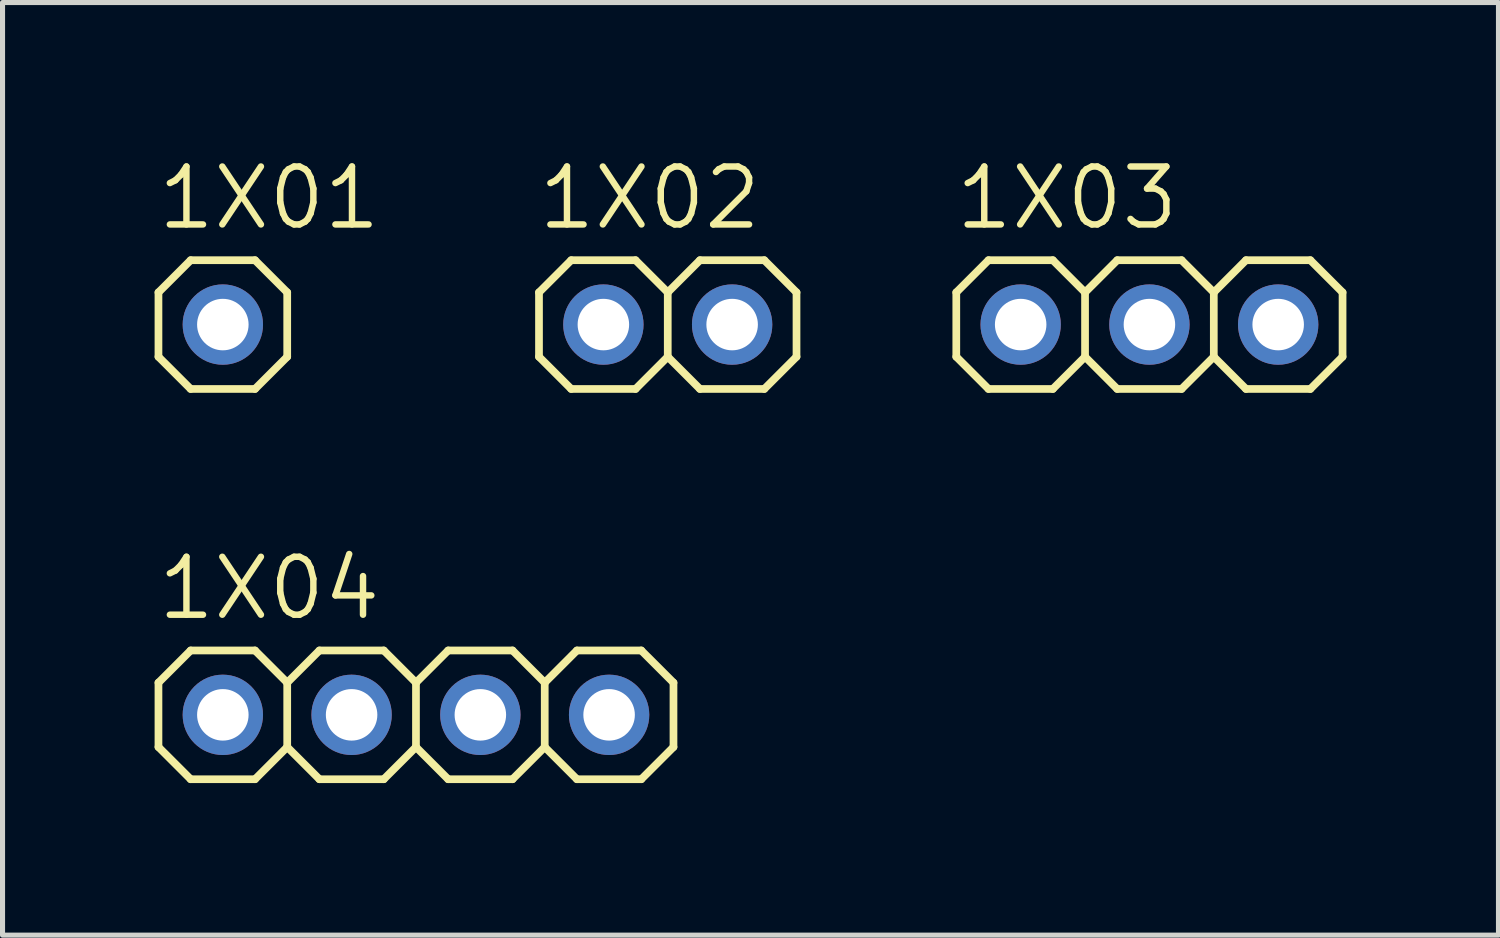
<source format=kicad_pcb>
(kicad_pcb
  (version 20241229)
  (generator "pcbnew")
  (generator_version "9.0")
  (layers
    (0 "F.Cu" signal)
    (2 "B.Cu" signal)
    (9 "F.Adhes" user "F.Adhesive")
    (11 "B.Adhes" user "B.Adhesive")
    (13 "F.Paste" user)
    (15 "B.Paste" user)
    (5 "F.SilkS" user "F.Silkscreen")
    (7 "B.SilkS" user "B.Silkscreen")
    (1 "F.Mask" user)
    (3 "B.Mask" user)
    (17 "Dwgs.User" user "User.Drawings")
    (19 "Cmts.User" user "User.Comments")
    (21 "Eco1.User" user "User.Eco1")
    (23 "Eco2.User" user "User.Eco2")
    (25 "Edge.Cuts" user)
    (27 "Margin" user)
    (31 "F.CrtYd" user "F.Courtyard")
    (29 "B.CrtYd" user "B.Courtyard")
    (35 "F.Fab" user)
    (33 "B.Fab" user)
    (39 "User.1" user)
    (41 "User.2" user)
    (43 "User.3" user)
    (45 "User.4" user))
  (footprint "1X04"
    (layer "F.Cu")
    (at 5.156 11.052)
    (property "Reference" "1X04" (at -5.156 -1.829 0) (layer "F.SilkS") (effects (font (size 1.143 1.143) (thickness 0.127)) (justify left bottom)))
    (fp_line (start -5.08 -0.635) (end -5.08 0.635) (stroke (width 0.152) (type solid)) (layer "F.SilkS"))
    (fp_line (start -5.08 0.635) (end -4.445 1.27) (stroke (width 0.152) (type solid)) (layer "F.SilkS"))
    (fp_line (start -4.445 -1.27) (end -5.08 -0.635) (stroke (width 0.152) (type solid)) (layer "F.SilkS"))
    (fp_line (start -4.445 -1.27) (end -3.175 -1.27) (stroke (width 0.152) (type solid)) (layer "F.SilkS"))
    (fp_line (start -3.175 -1.27) (end -2.54 -0.635) (stroke (width 0.152) (type solid)) (layer "F.SilkS"))
    (fp_line (start -3.175 1.27) (end -4.445 1.27) (stroke (width 0.152) (type solid)) (layer "F.SilkS"))
    (fp_line (start -2.54 -0.635) (end -2.54 0.635) (stroke (width 0.152) (type solid)) (layer "F.SilkS"))
    (fp_line (start -2.54 -0.635) (end -1.905 -1.27) (stroke (width 0.152) (type solid)) (layer "F.SilkS"))
    (fp_line (start -2.54 0.635) (end -3.175 1.27) (stroke (width 0.152) (type solid)) (layer "F.SilkS"))
    (fp_line (start -1.905 -1.27) (end -0.635 -1.27) (stroke (width 0.152) (type solid)) (layer "F.SilkS"))
    (fp_line (start -1.905 1.27) (end -2.54 0.635) (stroke (width 0.152) (type solid)) (layer "F.SilkS"))
    (fp_line (start -0.635 -1.27) (end 0 -0.635) (stroke (width 0.152) (type solid)) (layer "F.SilkS"))
    (fp_line (start -0.635 1.27) (end -1.905 1.27) (stroke (width 0.152) (type solid)) (layer "F.SilkS"))
    (fp_line (start 0 -0.635) (end 0 0.635) (stroke (width 0.152) (type solid)) (layer "F.SilkS"))
    (fp_line (start 0 -0.635) (end 0.635 -1.27) (stroke (width 0.152) (type solid)) (layer "F.SilkS"))
    (fp_line (start 0 0.635) (end -0.635 1.27) (stroke (width 0.152) (type solid)) (layer "F.SilkS"))
    (fp_line (start 0.635 -1.27) (end 1.905 -1.27) (stroke (width 0.152) (type solid)) (layer "F.SilkS"))
    (fp_line (start 0.635 1.27) (end 0 0.635) (stroke (width 0.152) (type solid)) (layer "F.SilkS"))
    (fp_line (start 1.905 -1.27) (end 2.54 -0.635) (stroke (width 0.152) (type solid)) (layer "F.SilkS"))
    (fp_line (start 1.905 1.27) (end 0.635 1.27) (stroke (width 0.152) (type solid)) (layer "F.SilkS"))
    (fp_line (start 2.54 -0.635) (end 2.54 0.635) (stroke (width 0.152) (type solid)) (layer "F.SilkS"))
    (fp_line (start 2.54 0.635) (end 1.905 1.27) (stroke (width 0.152) (type solid)) (layer "F.SilkS"))
    (fp_line (start 2.54 0.635) (end 3.175 1.27) (stroke (width 0.152) (type solid)) (layer "F.SilkS"))
    (fp_line (start 3.175 -1.27) (end 2.54 -0.635) (stroke (width 0.152) (type solid)) (layer "F.SilkS"))
    (fp_line (start 3.175 -1.27) (end 4.445 -1.27) (stroke (width 0.152) (type solid)) (layer "F.SilkS"))
    (fp_line (start 4.445 -1.27) (end 5.08 -0.635) (stroke (width 0.152) (type solid)) (layer "F.SilkS"))
    (fp_line (start 4.445 1.27) (end 3.175 1.27) (stroke (width 0.152) (type solid)) (layer "F.SilkS"))
    (fp_line (start 5.08 -0.635) (end 5.08 0.635) (stroke (width 0.152) (type solid)) (layer "F.SilkS"))
    (fp_line (start 5.08 0.635) (end 4.445 1.27) (stroke (width 0.152) (type solid)) (layer "F.SilkS"))
    (fp_poly (pts (xy -4.064 0.254) (xy -3.556 0.254) (xy -3.556 -0.254) (xy -4.064 -0.254)) (stroke (width 0.1) (type solid)) (fill no) (layer "F.Fab"))
    (fp_poly (pts (xy -1.524 0.254) (xy -1.016 0.254) (xy -1.016 -0.254) (xy -1.524 -0.254)) (stroke (width 0.1) (type solid)) (fill no) (layer "F.Fab"))
    (fp_poly (pts (xy 1.016 0.254) (xy 1.524 0.254) (xy 1.524 -0.254) (xy 1.016 -0.254)) (stroke (width 0.1) (type solid)) (fill no) (layer "F.Fab"))
    (fp_poly (pts (xy 3.556 0.254) (xy 4.064 0.254) (xy 4.064 -0.254) (xy 3.556 -0.254)) (stroke (width 0.1) (type solid)) (fill no) (layer "F.Fab"))
    (pad "1" thru_hole circle (at -3.81 0 90) (size 1.585 1.585) (drill 1.016) (layers "*.Cu" "*.Mask"))
    (pad "2" thru_hole circle (at -1.27 0 90) (size 1.585 1.585) (drill 1.016) (layers "*.Cu" "*.Mask"))
    (pad "3" thru_hole circle (at 1.27 0 90) (size 1.585 1.585) (drill 1.016) (layers "*.Cu" "*.Mask"))
    (pad "4" thru_hole circle (at 3.81 0 90) (size 1.585 1.585) (drill 1.016) (layers "*.Cu" "*.Mask")))
  (footprint "1X02"
    (layer "F.Cu")
    (at 10.123 3.353)
    (property "Reference" "1X02" (at -2.616 -1.829 0) (layer "F.SilkS") (effects (font (size 1.143 1.143) (thickness 0.127)) (justify left bottom)))
    (fp_line (start -2.54 -0.635) (end -2.54 0.635) (stroke (width 0.152) (type solid)) (layer "F.SilkS"))
    (fp_line (start -2.54 0.635) (end -1.905 1.27) (stroke (width 0.152) (type solid)) (layer "F.SilkS"))
    (fp_line (start -1.905 -1.27) (end -2.54 -0.635) (stroke (width 0.152) (type solid)) (layer "F.SilkS"))
    (fp_line (start -1.905 -1.27) (end -0.635 -1.27) (stroke (width 0.152) (type solid)) (layer "F.SilkS"))
    (fp_line (start -0.635 -1.27) (end 0 -0.635) (stroke (width 0.152) (type solid)) (layer "F.SilkS"))
    (fp_line (start -0.635 1.27) (end -1.905 1.27) (stroke (width 0.152) (type solid)) (layer "F.SilkS"))
    (fp_line (start 0 -0.635) (end 0 0.635) (stroke (width 0.152) (type solid)) (layer "F.SilkS"))
    (fp_line (start 0 -0.635) (end 0.635 -1.27) (stroke (width 0.152) (type solid)) (layer "F.SilkS"))
    (fp_line (start 0 0.635) (end -0.635 1.27) (stroke (width 0.152) (type solid)) (layer "F.SilkS"))
    (fp_line (start 0.635 -1.27) (end 1.905 -1.27) (stroke (width 0.152) (type solid)) (layer "F.SilkS"))
    (fp_line (start 0.635 1.27) (end 0 0.635) (stroke (width 0.152) (type solid)) (layer "F.SilkS"))
    (fp_line (start 1.905 -1.27) (end 2.54 -0.635) (stroke (width 0.152) (type solid)) (layer "F.SilkS"))
    (fp_line (start 1.905 1.27) (end 0.635 1.27) (stroke (width 0.152) (type solid)) (layer "F.SilkS"))
    (fp_line (start 2.54 -0.635) (end 2.54 0.635) (stroke (width 0.152) (type solid)) (layer "F.SilkS"))
    (fp_line (start 2.54 0.635) (end 1.905 1.27) (stroke (width 0.152) (type solid)) (layer "F.SilkS"))
    (fp_poly (pts (xy -1.524 0.254) (xy -1.016 0.254) (xy -1.016 -0.254) (xy -1.524 -0.254)) (stroke (width 0.1) (type solid)) (fill no) (layer "F.Fab"))
    (fp_poly (pts (xy 1.016 0.254) (xy 1.524 0.254) (xy 1.524 -0.254) (xy 1.016 -0.254)) (stroke (width 0.1) (type solid)) (fill no) (layer "F.Fab"))
    (pad "1" thru_hole circle (at -1.27 0 90) (size 1.585 1.585) (drill 1.016) (layers "*.Cu" "*.Mask"))
    (pad "2" thru_hole circle (at 1.27 0 90) (size 1.585 1.585) (drill 1.016) (layers "*.Cu" "*.Mask")))
  (footprint "1X01"
    (layer "F.Cu")
    (at 1.346 3.353)
    (property "Reference" "1X01" (at -1.346 -1.829 0) (layer "F.SilkS") (effects (font (size 1.143 1.143) (thickness 0.127)) (justify left bottom)))
    (fp_line (start -1.27 -0.635) (end -1.27 0.635) (stroke (width 0.152) (type solid)) (layer "F.SilkS"))
    (fp_line (start -1.27 0.635) (end -0.635 1.27) (stroke (width 0.152) (type solid)) (layer "F.SilkS"))
    (fp_line (start -0.635 -1.27) (end -1.27 -0.635) (stroke (width 0.152) (type solid)) (layer "F.SilkS"))
    (fp_line (start -0.635 -1.27) (end 0.635 -1.27) (stroke (width 0.152) (type solid)) (layer "F.SilkS"))
    (fp_line (start 0.635 -1.27) (end 1.27 -0.635) (stroke (width 0.152) (type solid)) (layer "F.SilkS"))
    (fp_line (start 0.635 1.27) (end -0.635 1.27) (stroke (width 0.152) (type solid)) (layer "F.SilkS"))
    (fp_line (start 1.27 -0.635) (end 1.27 0.635) (stroke (width 0.152) (type solid)) (layer "F.SilkS"))
    (fp_line (start 1.27 0.635) (end 0.635 1.27) (stroke (width 0.152) (type solid)) (layer "F.SilkS"))
    (fp_poly (pts (xy -0.254 0.254) (xy 0.254 0.254) (xy 0.254 -0.254) (xy -0.254 -0.254)) (stroke (width 0.1) (type solid)) (fill no) (layer "F.Fab"))
    (pad "1" thru_hole circle (at 0 0) (size 1.585 1.585) (drill 1.016) (layers "*.Cu" "*.Mask")))
  (footprint "1X03"
    (layer "F.Cu")
    (at 19.625 3.353)
    (property "Reference" "1X03" (at -3.886 -1.829 0) (layer "F.SilkS") (effects (font (size 1.143 1.143) (thickness 0.127)) (justify left bottom)))
    (fp_line (start -3.81 -0.635) (end -3.81 0.635) (stroke (width 0.152) (type solid)) (layer "F.SilkS"))
    (fp_line (start -3.81 0.635) (end -3.175 1.27) (stroke (width 0.152) (type solid)) (layer "F.SilkS"))
    (fp_line (start -3.175 -1.27) (end -3.81 -0.635) (stroke (width 0.152) (type solid)) (layer "F.SilkS"))
    (fp_line (start -3.175 -1.27) (end -1.905 -1.27) (stroke (width 0.152) (type solid)) (layer "F.SilkS"))
    (fp_line (start -1.905 -1.27) (end -1.27 -0.635) (stroke (width 0.152) (type solid)) (layer "F.SilkS"))
    (fp_line (start -1.905 1.27) (end -3.175 1.27) (stroke (width 0.152) (type solid)) (layer "F.SilkS"))
    (fp_line (start -1.27 -0.635) (end -1.27 0.635) (stroke (width 0.152) (type solid)) (layer "F.SilkS"))
    (fp_line (start -1.27 -0.635) (end -0.635 -1.27) (stroke (width 0.152) (type solid)) (layer "F.SilkS"))
    (fp_line (start -1.27 0.635) (end -1.905 1.27) (stroke (width 0.152) (type solid)) (layer "F.SilkS"))
    (fp_line (start -0.635 -1.27) (end 0.635 -1.27) (stroke (width 0.152) (type solid)) (layer "F.SilkS"))
    (fp_line (start -0.635 1.27) (end -1.27 0.635) (stroke (width 0.152) (type solid)) (layer "F.SilkS"))
    (fp_line (start 0.635 -1.27) (end 1.27 -0.635) (stroke (width 0.152) (type solid)) (layer "F.SilkS"))
    (fp_line (start 0.635 1.27) (end -0.635 1.27) (stroke (width 0.152) (type solid)) (layer "F.SilkS"))
    (fp_line (start 1.27 -0.635) (end 1.27 0.635) (stroke (width 0.152) (type solid)) (layer "F.SilkS"))
    (fp_line (start 1.27 -0.635) (end 1.905 -1.27) (stroke (width 0.152) (type solid)) (layer "F.SilkS"))
    (fp_line (start 1.27 0.635) (end 0.635 1.27) (stroke (width 0.152) (type solid)) (layer "F.SilkS"))
    (fp_line (start 1.905 -1.27) (end 3.175 -1.27) (stroke (width 0.152) (type solid)) (layer "F.SilkS"))
    (fp_line (start 1.905 1.27) (end 1.27 0.635) (stroke (width 0.152) (type solid)) (layer "F.SilkS"))
    (fp_line (start 3.175 -1.27) (end 3.81 -0.635) (stroke (width 0.152) (type solid)) (layer "F.SilkS"))
    (fp_line (start 3.175 1.27) (end 1.905 1.27) (stroke (width 0.152) (type solid)) (layer "F.SilkS"))
    (fp_line (start 3.81 -0.635) (end 3.81 0.635) (stroke (width 0.152) (type solid)) (layer "F.SilkS"))
    (fp_line (start 3.81 0.635) (end 3.175 1.27) (stroke (width 0.152) (type solid)) (layer "F.SilkS"))
    (fp_poly (pts (xy -2.794 0.254) (xy -2.286 0.254) (xy -2.286 -0.254) (xy -2.794 -0.254)) (stroke (width 0.1) (type solid)) (fill no) (layer "F.Fab"))
    (fp_poly (pts (xy -0.254 0.254) (xy 0.254 0.254) (xy 0.254 -0.254) (xy -0.254 -0.254)) (stroke (width 0.1) (type solid)) (fill no) (layer "F.Fab"))
    (fp_poly (pts (xy 2.286 0.254) (xy 2.794 0.254) (xy 2.794 -0.254) (xy 2.286 -0.254)) (stroke (width 0.1) (type solid)) (fill no) (layer "F.Fab"))
    (pad "1" thru_hole circle (at -2.54 0 90) (size 1.585 1.585) (drill 1.016) (layers "*.Cu" "*.Mask"))
    (pad "2" thru_hole circle (at 0 0 90) (size 1.585 1.585) (drill 1.016) (layers "*.Cu" "*.Mask"))
    (pad "3" thru_hole circle (at 2.54 0 90) (size 1.585 1.585) (drill 1.016) (layers "*.Cu" "*.Mask")))
  (gr_rect
    (start -3 -3)
    (end 26.511 15.398)
    (stroke (width 0.1) (type default))
    (fill no)
    (layer "Edge.Cuts")))
</source>
